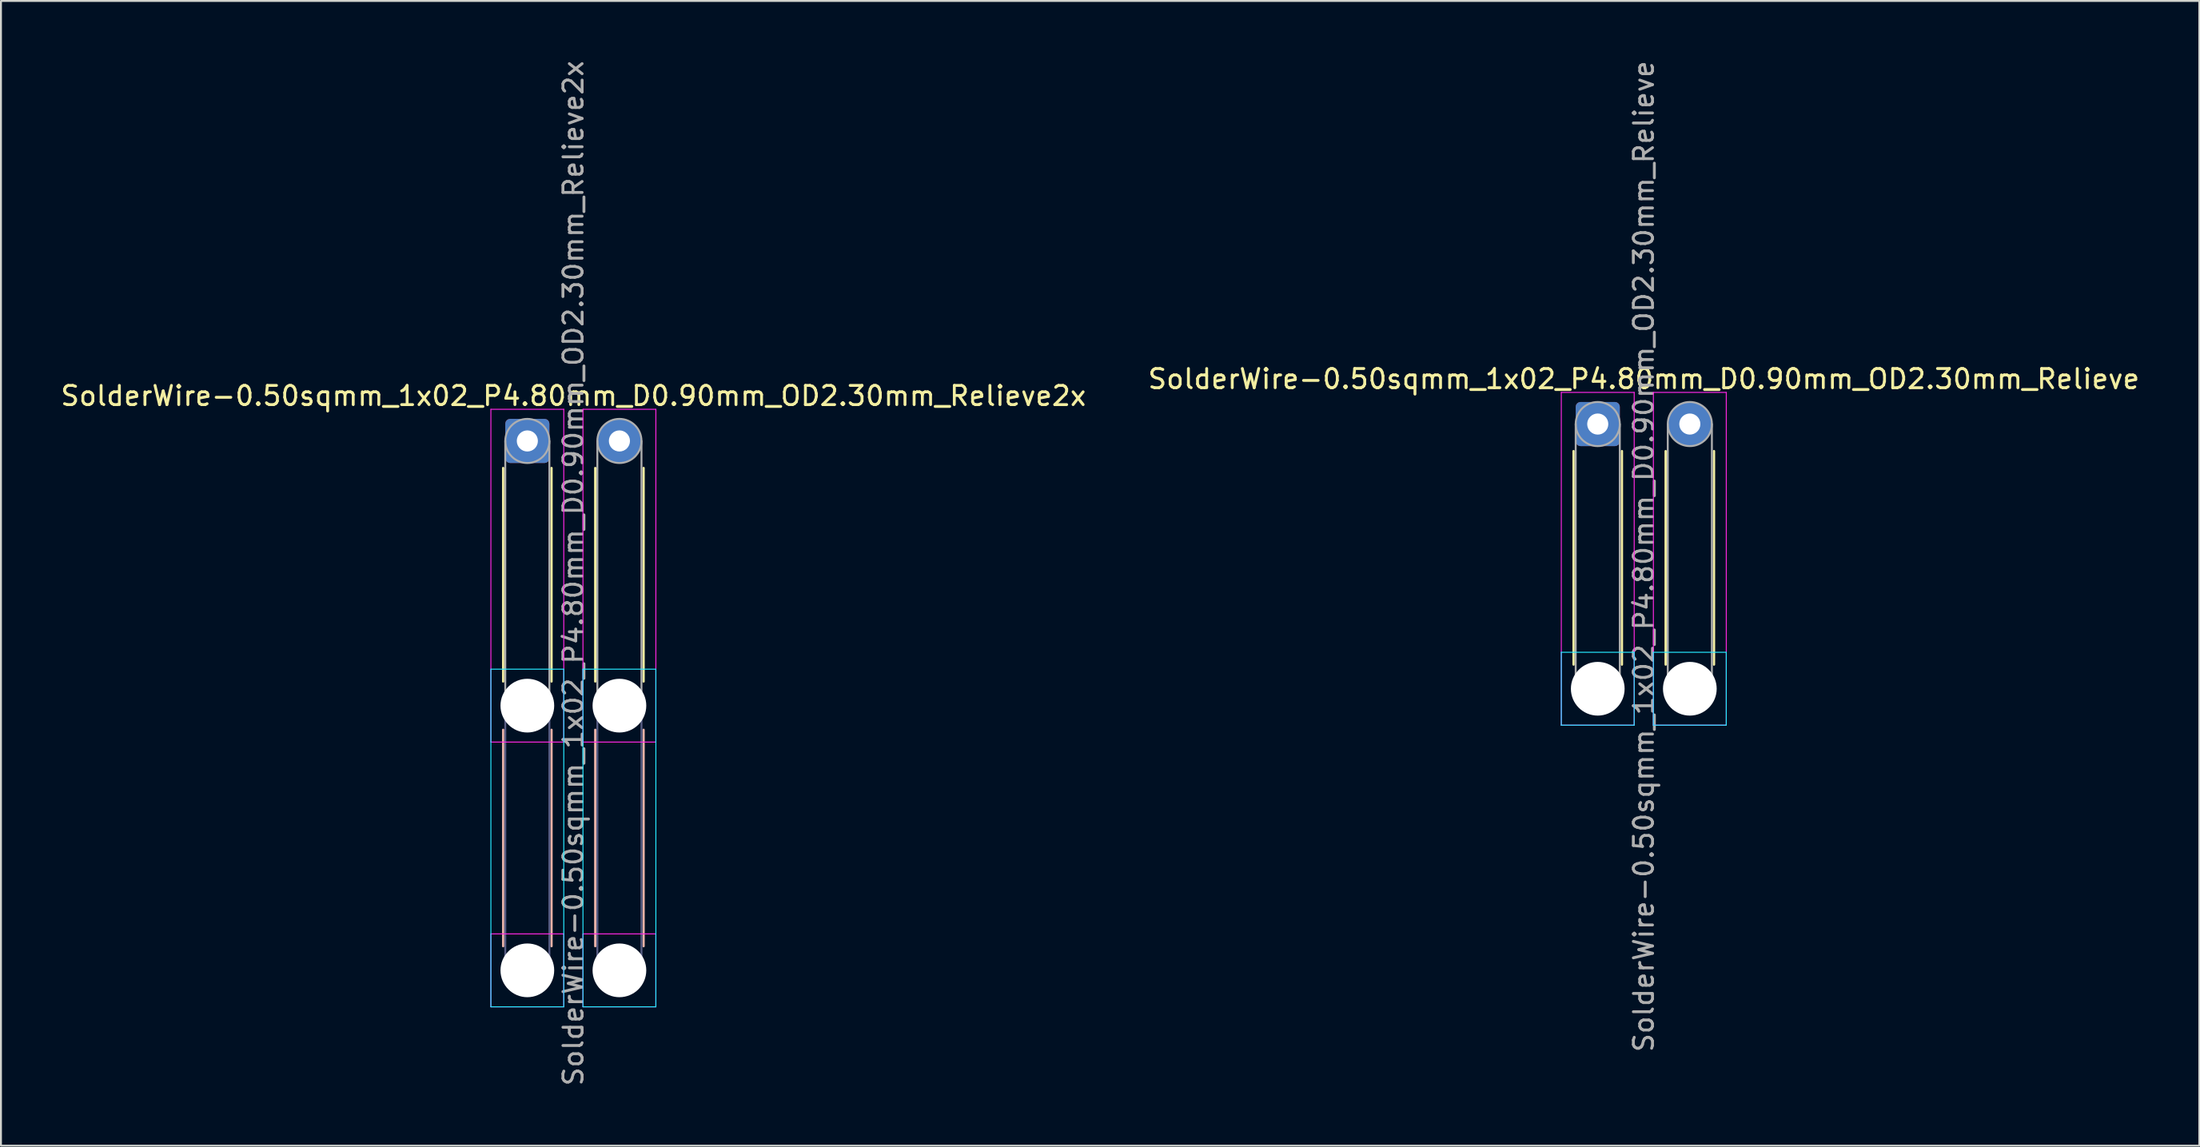
<source format=kicad_pcb>
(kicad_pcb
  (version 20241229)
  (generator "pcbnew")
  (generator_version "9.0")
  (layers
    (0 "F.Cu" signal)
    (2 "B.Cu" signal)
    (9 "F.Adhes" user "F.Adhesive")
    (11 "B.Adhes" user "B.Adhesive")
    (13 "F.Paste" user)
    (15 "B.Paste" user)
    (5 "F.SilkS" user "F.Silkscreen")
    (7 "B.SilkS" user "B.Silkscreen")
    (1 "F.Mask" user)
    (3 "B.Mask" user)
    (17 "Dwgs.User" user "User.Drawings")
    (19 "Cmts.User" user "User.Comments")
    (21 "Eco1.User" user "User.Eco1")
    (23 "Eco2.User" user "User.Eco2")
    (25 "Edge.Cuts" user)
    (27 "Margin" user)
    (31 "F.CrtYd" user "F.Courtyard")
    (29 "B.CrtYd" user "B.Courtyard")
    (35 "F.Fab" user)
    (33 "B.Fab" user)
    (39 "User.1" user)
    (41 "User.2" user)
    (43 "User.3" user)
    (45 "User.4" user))
  (footprint "SolderWire-0.50sqmm_1x02_P4.80mm_D0.90mm_OD2.30mm_Relieve"
    (layer "F.Cu")
    (at 80.237 19.058)
    (property "Reference" "SolderWire-0.50sqmm_1x02_P4.80mm_D0.90mm_OD2.30mm_Relieve" (at 2.4 -2.35 0) (layer "F.SilkS") (effects (font (size 1 1) (thickness 0.15))))
    (attr exclude_from_pos_files exclude_from_bom)
    (fp_line (start -1.26 1.41) (end -1.26 12.54) (stroke (width 0.12) (type solid)) (layer "F.SilkS"))
    (fp_line (start 1.26 1.41) (end 1.26 12.54) (stroke (width 0.12) (type solid)) (layer "F.SilkS"))
    (fp_line (start 3.54 1.41) (end 3.54 12.54) (stroke (width 0.12) (type solid)) (layer "F.SilkS"))
    (fp_line (start 6.06 1.41) (end 6.06 12.54) (stroke (width 0.12) (type solid)) (layer "F.SilkS"))
    (fp_line (start -1.9 11.9) (end -1.9 15.7) (stroke (width 0.05) (type solid)) (layer "B.CrtYd"))
    (fp_line (start -1.9 15.7) (end 1.9 15.7) (stroke (width 0.05) (type solid)) (layer "B.CrtYd"))
    (fp_line (start 1.9 11.9) (end -1.9 11.9) (stroke (width 0.05) (type solid)) (layer "B.CrtYd"))
    (fp_line (start 1.9 15.7) (end 1.9 11.9) (stroke (width 0.05) (type solid)) (layer "B.CrtYd"))
    (fp_line (start 2.9 11.9) (end 2.9 15.7) (stroke (width 0.05) (type solid)) (layer "B.CrtYd"))
    (fp_line (start 2.9 15.7) (end 6.7 15.7) (stroke (width 0.05) (type solid)) (layer "B.CrtYd"))
    (fp_line (start 6.7 11.9) (end 2.9 11.9) (stroke (width 0.05) (type solid)) (layer "B.CrtYd"))
    (fp_line (start 6.7 15.7) (end 6.7 11.9) (stroke (width 0.05) (type solid)) (layer "B.CrtYd"))
    (fp_line (start -1.9 -1.65) (end -1.9 15.7) (stroke (width 0.05) (type solid)) (layer "F.CrtYd"))
    (fp_line (start -1.9 15.7) (end 1.9 15.7) (stroke (width 0.05) (type solid)) (layer "F.CrtYd"))
    (fp_line (start 1.9 -1.65) (end -1.9 -1.65) (stroke (width 0.05) (type solid)) (layer "F.CrtYd"))
    (fp_line (start 1.9 15.7) (end 1.9 -1.65) (stroke (width 0.05) (type solid)) (layer "F.CrtYd"))
    (fp_line (start 2.9 -1.65) (end 2.9 15.7) (stroke (width 0.05) (type solid)) (layer "F.CrtYd"))
    (fp_line (start 2.9 15.7) (end 6.7 15.7) (stroke (width 0.05) (type solid)) (layer "F.CrtYd"))
    (fp_line (start 6.7 -1.65) (end 2.9 -1.65) (stroke (width 0.05) (type solid)) (layer "F.CrtYd"))
    (fp_line (start 6.7 15.7) (end 6.7 -1.65) (stroke (width 0.05) (type solid)) (layer "F.CrtYd"))
    (fp_line (start -1.15 0) (end -1.15 13.8) (stroke (width 0.1) (type solid)) (layer "F.Fab"))
    (fp_line (start 1.15 0) (end 1.15 13.8) (stroke (width 0.1) (type solid)) (layer "F.Fab"))
    (fp_line (start 3.65 0) (end 3.65 13.8) (stroke (width 0.1) (type solid)) (layer "F.Fab"))
    (fp_line (start 5.95 0) (end 5.95 13.8) (stroke (width 0.1) (type solid)) (layer "F.Fab"))
    (fp_circle (center 0 0) (end 1.15 0) (stroke (width 0.1) (type solid)) (fill no) (layer "F.Fab"))
    (fp_circle (center 0 13.8) (end 1.15 13.8) (stroke (width 0.1) (type solid)) (fill no) (layer "F.Fab"))
    (fp_circle (center 4.8 0) (end 5.95 0) (stroke (width 0.1) (type solid)) (fill no) (layer "F.Fab"))
    (fp_circle (center 4.8 13.8) (end 5.95 13.8) (stroke (width 0.1) (type solid)) (fill no) (layer "F.Fab"))
    (fp_text user "${REFERENCE}" (at 2.4 6.9 90) (layer "F.Fab") (effects (font (size 1 1) (thickness 0.15))))
    (pad "" np_thru_hole circle (at 0 13.8) (size 2.8 2.8) (drill 2.8) (layers "*.Cu" "*.Mask"))
    (pad "" np_thru_hole circle (at 4.8 13.8) (size 2.8 2.8) (drill 2.8) (layers "*.Cu" "*.Mask"))
    (pad "1" thru_hole roundrect (at 0 0) (size 2.3 2.3) (drill 1.1) (layers "*.Cu" "*.Mask") (roundrect_rratio 0.109))
    (pad "2" thru_hole circle (at 4.8 0) (size 2.3 2.3) (drill 1.1) (layers "*.Cu" "*.Mask")))
  (footprint "SolderWire-0.50sqmm_1x02_P4.80mm_D0.90mm_OD2.30mm_Relieve2x"
    (layer "F.Cu")
    (at 24.439 19.939)
    (property "Reference" "SolderWire-0.50sqmm_1x02_P4.80mm_D0.90mm_OD2.30mm_Relieve2x" (at 2.4 -2.35 0) (layer "F.SilkS") (effects (font (size 1 1) (thickness 0.15))))
    (attr exclude_from_pos_files exclude_from_bom)
    (fp_line (start -1.26 1.41) (end -1.26 12.54) (stroke (width 0.12) (type solid)) (layer "F.SilkS"))
    (fp_line (start 1.26 1.41) (end 1.26 12.54) (stroke (width 0.12) (type solid)) (layer "F.SilkS"))
    (fp_line (start 3.54 1.41) (end 3.54 12.54) (stroke (width 0.12) (type solid)) (layer "F.SilkS"))
    (fp_line (start 6.06 1.41) (end 6.06 12.54) (stroke (width 0.12) (type solid)) (layer "F.SilkS"))
    (fp_line (start -1.26 15.06) (end -1.26 26.34) (stroke (width 0.12) (type solid)) (layer "B.SilkS"))
    (fp_line (start 1.26 15.06) (end 1.26 26.34) (stroke (width 0.12) (type solid)) (layer "B.SilkS"))
    (fp_line (start 3.54 15.06) (end 3.54 26.34) (stroke (width 0.12) (type solid)) (layer "B.SilkS"))
    (fp_line (start 6.06 15.06) (end 6.06 26.34) (stroke (width 0.12) (type solid)) (layer "B.SilkS"))
    (fp_line (start -1.9 11.9) (end -1.9 29.5) (stroke (width 0.05) (type solid)) (layer "B.CrtYd"))
    (fp_line (start -1.9 29.5) (end 1.9 29.5) (stroke (width 0.05) (type solid)) (layer "B.CrtYd"))
    (fp_line (start 1.9 11.9) (end -1.9 11.9) (stroke (width 0.05) (type solid)) (layer "B.CrtYd"))
    (fp_line (start 1.9 29.5) (end 1.9 11.9) (stroke (width 0.05) (type solid)) (layer "B.CrtYd"))
    (fp_line (start 2.9 11.9) (end 2.9 29.5) (stroke (width 0.05) (type solid)) (layer "B.CrtYd"))
    (fp_line (start 2.9 29.5) (end 6.7 29.5) (stroke (width 0.05) (type solid)) (layer "B.CrtYd"))
    (fp_line (start 6.7 11.9) (end 2.9 11.9) (stroke (width 0.05) (type solid)) (layer "B.CrtYd"))
    (fp_line (start 6.7 29.5) (end 6.7 11.9) (stroke (width 0.05) (type solid)) (layer "B.CrtYd"))
    (fp_line (start -1.9 -1.65) (end -1.9 15.7) (stroke (width 0.05) (type solid)) (layer "F.CrtYd"))
    (fp_line (start -1.9 15.7) (end 1.9 15.7) (stroke (width 0.05) (type solid)) (layer "F.CrtYd"))
    (fp_line (start -1.9 25.7) (end -1.9 29.5) (stroke (width 0.05) (type solid)) (layer "F.CrtYd"))
    (fp_line (start -1.9 29.5) (end 1.9 29.5) (stroke (width 0.05) (type solid)) (layer "F.CrtYd"))
    (fp_line (start 1.9 -1.65) (end -1.9 -1.65) (stroke (width 0.05) (type solid)) (layer "F.CrtYd"))
    (fp_line (start 1.9 15.7) (end 1.9 -1.65) (stroke (width 0.05) (type solid)) (layer "F.CrtYd"))
    (fp_line (start 1.9 25.7) (end -1.9 25.7) (stroke (width 0.05) (type solid)) (layer "F.CrtYd"))
    (fp_line (start 1.9 29.5) (end 1.9 25.7) (stroke (width 0.05) (type solid)) (layer "F.CrtYd"))
    (fp_line (start 2.9 -1.65) (end 2.9 15.7) (stroke (width 0.05) (type solid)) (layer "F.CrtYd"))
    (fp_line (start 2.9 15.7) (end 6.7 15.7) (stroke (width 0.05) (type solid)) (layer "F.CrtYd"))
    (fp_line (start 2.9 25.7) (end 2.9 29.5) (stroke (width 0.05) (type solid)) (layer "F.CrtYd"))
    (fp_line (start 2.9 29.5) (end 6.7 29.5) (stroke (width 0.05) (type solid)) (layer "F.CrtYd"))
    (fp_line (start 6.7 -1.65) (end 2.9 -1.65) (stroke (width 0.05) (type solid)) (layer "F.CrtYd"))
    (fp_line (start 6.7 15.7) (end 6.7 -1.65) (stroke (width 0.05) (type solid)) (layer "F.CrtYd"))
    (fp_line (start 6.7 25.7) (end 2.9 25.7) (stroke (width 0.05) (type solid)) (layer "F.CrtYd"))
    (fp_line (start 6.7 29.5) (end 6.7 25.7) (stroke (width 0.05) (type solid)) (layer "F.CrtYd"))
    (fp_line (start -1.15 13.8) (end -1.15 27.6) (stroke (width 0.1) (type solid)) (layer "B.Fab"))
    (fp_line (start 1.15 13.8) (end 1.15 27.6) (stroke (width 0.1) (type solid)) (layer "B.Fab"))
    (fp_line (start 3.65 13.8) (end 3.65 27.6) (stroke (width 0.1) (type solid)) (layer "B.Fab"))
    (fp_line (start 5.95 13.8) (end 5.95 27.6) (stroke (width 0.1) (type solid)) (layer "B.Fab"))
    (fp_circle (center 0 13.8) (end 1.15 13.8) (stroke (width 0.1) (type solid)) (fill no) (layer "B.Fab"))
    (fp_circle (center 0 27.6) (end 1.15 27.6) (stroke (width 0.1) (type solid)) (fill no) (layer "B.Fab"))
    (fp_circle (center 4.8 13.8) (end 5.95 13.8) (stroke (width 0.1) (type solid)) (fill no) (layer "B.Fab"))
    (fp_circle (center 4.8 27.6) (end 5.95 27.6) (stroke (width 0.1) (type solid)) (fill no) (layer "B.Fab"))
    (fp_line (start -1.15 0) (end -1.15 13.8) (stroke (width 0.1) (type solid)) (layer "F.Fab"))
    (fp_line (start 1.15 0) (end 1.15 13.8) (stroke (width 0.1) (type solid)) (layer "F.Fab"))
    (fp_line (start 3.65 0) (end 3.65 13.8) (stroke (width 0.1) (type solid)) (layer "F.Fab"))
    (fp_line (start 5.95 0) (end 5.95 13.8) (stroke (width 0.1) (type solid)) (layer "F.Fab"))
    (fp_circle (center 0 0) (end 1.15 0) (stroke (width 0.1) (type solid)) (fill no) (layer "F.Fab"))
    (fp_circle (center 0 13.8) (end 1.15 13.8) (stroke (width 0.1) (type solid)) (fill no) (layer "F.Fab"))
    (fp_circle (center 0 27.6) (end 1.15 27.6) (stroke (width 0.1) (type solid)) (fill no) (layer "F.Fab"))
    (fp_circle (center 4.8 0) (end 5.95 0) (stroke (width 0.1) (type solid)) (fill no) (layer "F.Fab"))
    (fp_circle (center 4.8 13.8) (end 5.95 13.8) (stroke (width 0.1) (type solid)) (fill no) (layer "F.Fab"))
    (fp_circle (center 4.8 27.6) (end 5.95 27.6) (stroke (width 0.1) (type solid)) (fill no) (layer "F.Fab"))
    (fp_text user "${REFERENCE}" (at 2.4 6.9 90) (layer "F.Fab") (effects (font (size 1 1) (thickness 0.15))))
    (pad "" np_thru_hole circle (at 0 13.8) (size 2.8 2.8) (drill 2.8) (layers "*.Cu" "*.Mask"))
    (pad "" np_thru_hole circle (at 0 27.6) (size 2.8 2.8) (drill 2.8) (layers "*.Cu" "*.Mask"))
    (pad "" np_thru_hole circle (at 4.8 13.8) (size 2.8 2.8) (drill 2.8) (layers "*.Cu" "*.Mask"))
    (pad "" np_thru_hole circle (at 4.8 27.6) (size 2.8 2.8) (drill 2.8) (layers "*.Cu" "*.Mask"))
    (pad "1" thru_hole roundrect (at 0 0) (size 2.3 2.3) (drill 1.1) (layers "*.Cu" "*.Mask") (roundrect_rratio 0.109))
    (pad "2" thru_hole circle (at 4.8 0) (size 2.3 2.3) (drill 1.1) (layers "*.Cu" "*.Mask")))
  (gr_rect
    (start -3 -3)
    (end 111.595 56.679)
    (stroke (width 0.1) (type default))
    (fill no)
    (layer "Edge.Cuts")))
</source>
